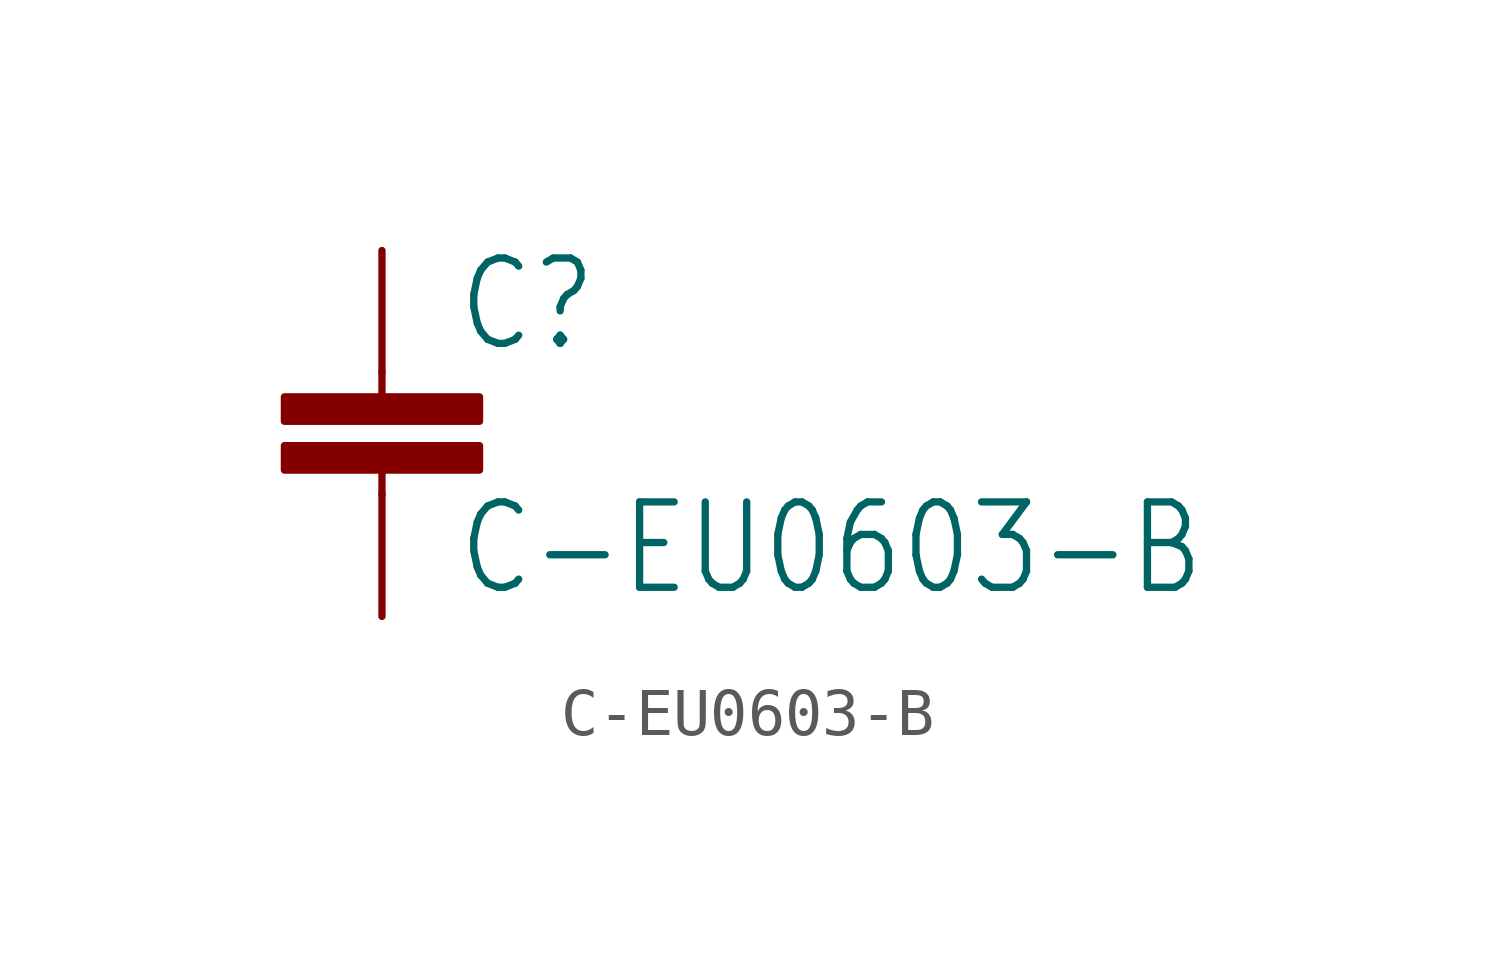
<source format=kicad_sym>
(kicad_symbol_lib
  (version 20210619)
  (generator kicad_symbol_editor)
  (symbol "C-EU0603-B"
    (property "Reference" "C"
      (at 1.524 0.381 0)
      (effects (font (size 1.778 1.511)) (justify left bottom)))
    (property "Value" "C-EU0603-B"
      (at 1.524 -4.699 0)
      (effects (font (size 1.778 1.511)) (justify left bottom)))
    (property "ki_locked" ""
      (at 0 0 0)
      (effects (font (size 1.27 1.27))))
    (symbol "C-EU0603-B_1_0"
      (rectangle (start -2.032 -2.032) (end 2.032 -1.524) (stroke (width 0)) (fill (type outline)))
      (rectangle (start -2.032 -1.016) (end 2.032 -0.508) (stroke (width 0)) (fill (type outline)))
      (polyline (pts (xy 0 -2.54) (xy 0 -2.032)) (stroke (width 0.152)) (fill (type none)))
      (polyline (pts (xy 0 0) (xy 0 -0.508)) (stroke (width 0.152)) (fill (type none)))
      (pin passive line (at 0 2.54 270) (length 2.54) (name "1" (effects (font (size 0 0)))) (number "1" (effects (font (size 0 0)))))
      (pin passive line (at 0 -5.08 90) (length 2.54) (name "2" (effects (font (size 0 0)))) (number "2" (effects (font (size 0 0))))))))
</source>
